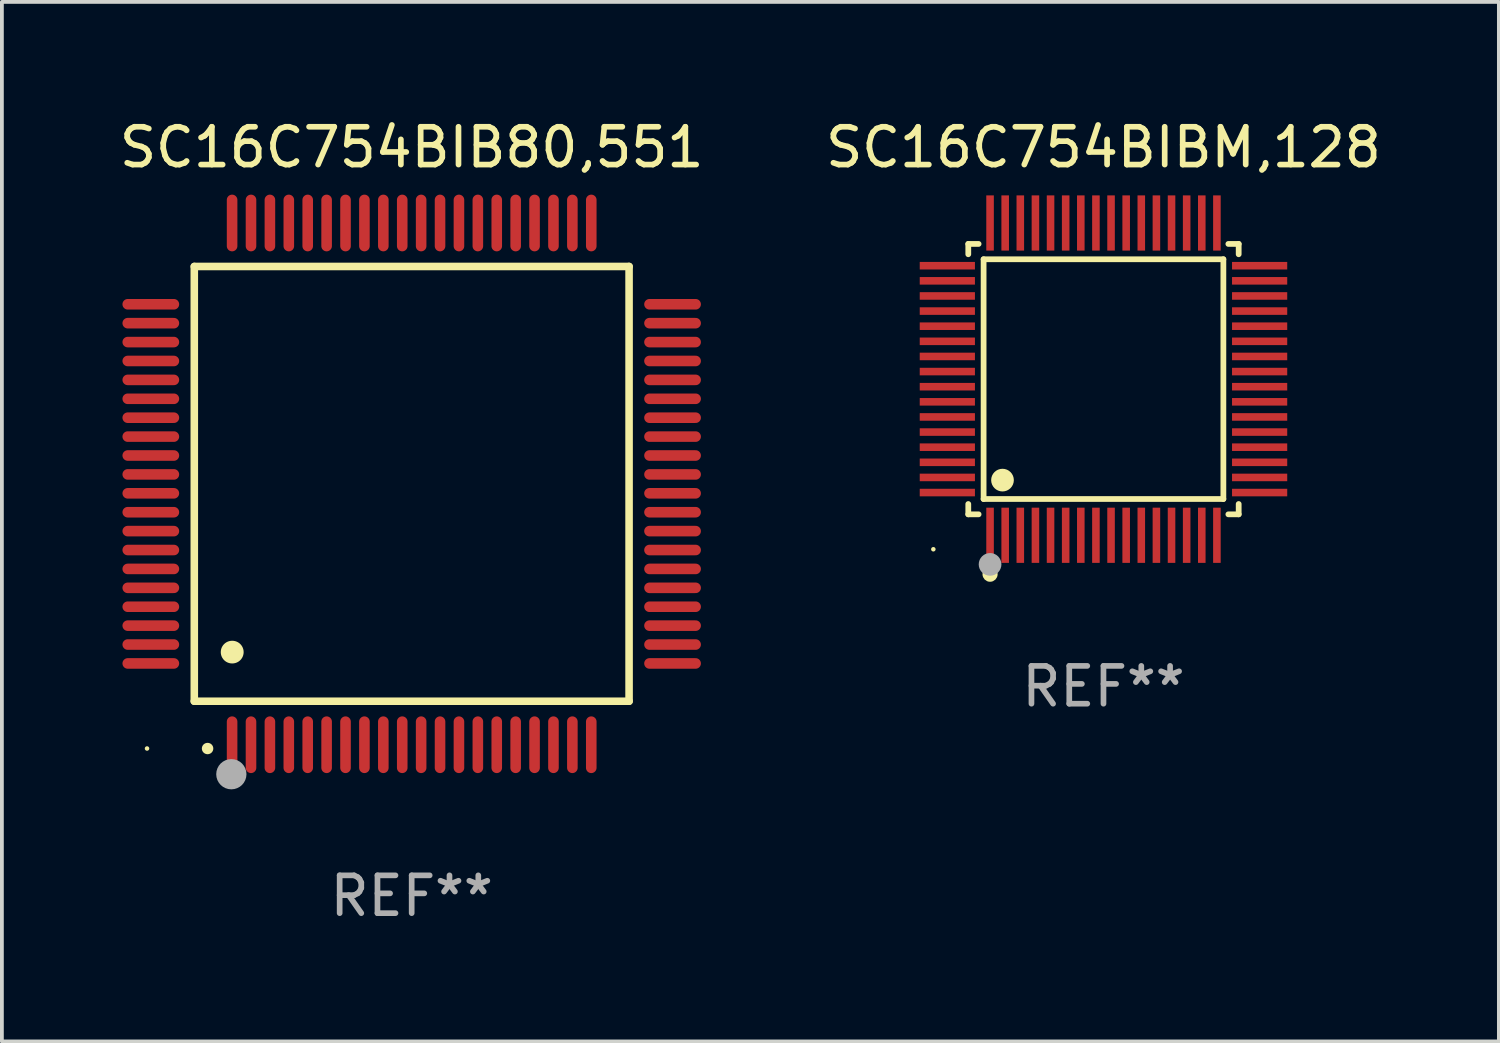
<source format=kicad_pcb>
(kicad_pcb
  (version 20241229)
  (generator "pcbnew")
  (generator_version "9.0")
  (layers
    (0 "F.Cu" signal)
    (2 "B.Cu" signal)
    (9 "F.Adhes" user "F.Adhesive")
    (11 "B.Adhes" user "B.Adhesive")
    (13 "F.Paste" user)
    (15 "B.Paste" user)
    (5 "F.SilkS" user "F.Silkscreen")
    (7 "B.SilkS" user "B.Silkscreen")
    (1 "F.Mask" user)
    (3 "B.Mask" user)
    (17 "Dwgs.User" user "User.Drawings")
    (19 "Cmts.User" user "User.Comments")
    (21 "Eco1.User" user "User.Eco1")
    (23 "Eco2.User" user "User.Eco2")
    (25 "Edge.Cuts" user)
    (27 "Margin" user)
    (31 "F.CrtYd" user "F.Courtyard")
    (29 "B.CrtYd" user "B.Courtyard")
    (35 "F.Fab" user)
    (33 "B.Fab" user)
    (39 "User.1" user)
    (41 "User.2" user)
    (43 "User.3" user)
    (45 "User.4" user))
  (footprint "SC16C754BIB80,551"
    (layer "F.Cu")
    (at 7.839 9.748)
    (property "Reference" "SC16C754BIB80,551" (at 0 -8.9 0) (layer "F.SilkS") (effects (font (size 1 1) (thickness 0.15))))
    (attr through_hole)
    (fp_line (start -5.75 -5.75) (end 5.75 -5.75) (stroke (width 0.2) (type solid)) (layer "F.SilkS"))
    (fp_line (start -5.75 5.75) (end -5.75 -5.75) (stroke (width 0.2) (type solid)) (layer "F.SilkS"))
    (fp_line (start 5.75 -5.75) (end 5.75 5.75) (stroke (width 0.2) (type solid)) (layer "F.SilkS"))
    (fp_line (start 5.75 5.75) (end -5.75 5.75) (stroke (width 0.2) (type solid)) (layer "F.SilkS"))
    (fp_arc (start -5.400051 7.000254) (mid -5.398781 7.000249) (end -5.397511 7.000254) (stroke (width 0.3) (type solid)) (layer "F.SilkS"))
    (fp_arc (start -4.749809 4.450089) (mid -4.747269 4.450078) (end -4.744729 4.450089) (stroke (width 0.6) (type solid)) (layer "F.SilkS"))
    (fp_circle (center -7 7) (end -6.97 7) (stroke (width 0.06) (type solid)) (fill no) (layer "F.SilkS"))
    (fp_circle (center -4.77 7.68) (end -4.57 7.68) (stroke (width 0.4) (type solid)) (fill no) (layer "F.Fab"))
    (fp_text user "REF**" (at 0 10.9 0) (layer "F.Fab") (effects (font (size 1 1) (thickness 0.15))))
    (pad "1" smd oval (at -4.75 6.9) (size 0.28 1.5) (layers "F.Cu" "F.Mask" "F.Paste"))
    (pad "2" smd oval (at -4.25 6.9) (size 0.28 1.5) (layers "F.Cu" "F.Mask" "F.Paste"))
    (pad "3" smd oval (at -3.75 6.9) (size 0.28 1.5) (layers "F.Cu" "F.Mask" "F.Paste"))
    (pad "4" smd oval (at -3.25 6.9) (size 0.28 1.5) (layers "F.Cu" "F.Mask" "F.Paste"))
    (pad "5" smd oval (at -2.75 6.9) (size 0.28 1.5) (layers "F.Cu" "F.Mask" "F.Paste"))
    (pad "6" smd oval (at -2.25 6.9) (size 0.28 1.5) (layers "F.Cu" "F.Mask" "F.Paste"))
    (pad "7" smd oval (at -1.75 6.9) (size 0.28 1.5) (layers "F.Cu" "F.Mask" "F.Paste"))
    (pad "8" smd oval (at -1.25 6.9) (size 0.28 1.5) (layers "F.Cu" "F.Mask" "F.Paste"))
    (pad "9" smd oval (at -0.75 6.9) (size 0.28 1.5) (layers "F.Cu" "F.Mask" "F.Paste"))
    (pad "10" smd oval (at -0.25 6.9) (size 0.28 1.5) (layers "F.Cu" "F.Mask" "F.Paste"))
    (pad "11" smd oval (at 0.25 6.9) (size 0.28 1.5) (layers "F.Cu" "F.Mask" "F.Paste"))
    (pad "12" smd oval (at 0.75 6.9) (size 0.28 1.5) (layers "F.Cu" "F.Mask" "F.Paste"))
    (pad "13" smd oval (at 1.25 6.9) (size 0.28 1.5) (layers "F.Cu" "F.Mask" "F.Paste"))
    (pad "14" smd oval (at 1.75 6.9) (size 0.28 1.5) (layers "F.Cu" "F.Mask" "F.Paste"))
    (pad "15" smd oval (at 2.25 6.9) (size 0.28 1.5) (layers "F.Cu" "F.Mask" "F.Paste"))
    (pad "16" smd oval (at 2.75 6.9) (size 0.28 1.5) (layers "F.Cu" "F.Mask" "F.Paste"))
    (pad "17" smd oval (at 3.25 6.9) (size 0.28 1.5) (layers "F.Cu" "F.Mask" "F.Paste"))
    (pad "18" smd oval (at 3.75 6.9) (size 0.28 1.5) (layers "F.Cu" "F.Mask" "F.Paste"))
    (pad "19" smd oval (at 4.25 6.9) (size 0.28 1.5) (layers "F.Cu" "F.Mask" "F.Paste"))
    (pad "20" smd oval (at 4.75 6.9) (size 0.28 1.5) (layers "F.Cu" "F.Mask" "F.Paste"))
    (pad "21" smd oval (at 6.9 4.75) (size 1.5 0.28) (layers "F.Cu" "F.Mask" "F.Paste"))
    (pad "22" smd oval (at 6.9 4.25) (size 1.5 0.28) (layers "F.Cu" "F.Mask" "F.Paste"))
    (pad "23" smd oval (at 6.9 3.75) (size 1.5 0.28) (layers "F.Cu" "F.Mask" "F.Paste"))
    (pad "24" smd oval (at 6.9 3.25) (size 1.5 0.28) (layers "F.Cu" "F.Mask" "F.Paste"))
    (pad "25" smd oval (at 6.9 2.75) (size 1.5 0.28) (layers "F.Cu" "F.Mask" "F.Paste"))
    (pad "26" smd oval (at 6.9 2.25) (size 1.5 0.28) (layers "F.Cu" "F.Mask" "F.Paste"))
    (pad "27" smd oval (at 6.9 1.75) (size 1.5 0.28) (layers "F.Cu" "F.Mask" "F.Paste"))
    (pad "28" smd oval (at 6.9 1.25) (size 1.5 0.28) (layers "F.Cu" "F.Mask" "F.Paste"))
    (pad "29" smd oval (at 6.9 0.75) (size 1.5 0.28) (layers "F.Cu" "F.Mask" "F.Paste"))
    (pad "30" smd oval (at 6.9 0.25) (size 1.5 0.28) (layers "F.Cu" "F.Mask" "F.Paste"))
    (pad "31" smd oval (at 6.9 -0.25) (size 1.5 0.28) (layers "F.Cu" "F.Mask" "F.Paste"))
    (pad "32" smd oval (at 6.9 -0.75) (size 1.5 0.28) (layers "F.Cu" "F.Mask" "F.Paste"))
    (pad "33" smd oval (at 6.9 -1.25) (size 1.5 0.28) (layers "F.Cu" "F.Mask" "F.Paste"))
    (pad "34" smd oval (at 6.9 -1.75) (size 1.5 0.28) (layers "F.Cu" "F.Mask" "F.Paste"))
    (pad "35" smd oval (at 6.9 -2.25) (size 1.5 0.28) (layers "F.Cu" "F.Mask" "F.Paste"))
    (pad "36" smd oval (at 6.9 -2.75) (size 1.5 0.28) (layers "F.Cu" "F.Mask" "F.Paste"))
    (pad "37" smd oval (at 6.9 -3.25) (size 1.5 0.28) (layers "F.Cu" "F.Mask" "F.Paste"))
    (pad "38" smd oval (at 6.9 -3.75) (size 1.5 0.28) (layers "F.Cu" "F.Mask" "F.Paste"))
    (pad "39" smd oval (at 6.9 -4.25) (size 1.5 0.28) (layers "F.Cu" "F.Mask" "F.Paste"))
    (pad "40" smd oval (at 6.9 -4.75) (size 1.5 0.28) (layers "F.Cu" "F.Mask" "F.Paste"))
    (pad "41" smd oval (at 4.75 -6.9) (size 0.28 1.5) (layers "F.Cu" "F.Mask" "F.Paste"))
    (pad "42" smd oval (at 4.25 -6.9) (size 0.28 1.5) (layers "F.Cu" "F.Mask" "F.Paste"))
    (pad "43" smd oval (at 3.75 -6.9) (size 0.28 1.5) (layers "F.Cu" "F.Mask" "F.Paste"))
    (pad "44" smd oval (at 3.25 -6.9) (size 0.28 1.5) (layers "F.Cu" "F.Mask" "F.Paste"))
    (pad "45" smd oval (at 2.75 -6.9) (size 0.28 1.5) (layers "F.Cu" "F.Mask" "F.Paste"))
    (pad "46" smd oval (at 2.25 -6.9) (size 0.28 1.5) (layers "F.Cu" "F.Mask" "F.Paste"))
    (pad "47" smd oval (at 1.75 -6.9) (size 0.28 1.5) (layers "F.Cu" "F.Mask" "F.Paste"))
    (pad "48" smd oval (at 1.25 -6.9) (size 0.28 1.5) (layers "F.Cu" "F.Mask" "F.Paste"))
    (pad "49" smd oval (at 0.75 -6.9) (size 0.28 1.5) (layers "F.Cu" "F.Mask" "F.Paste"))
    (pad "50" smd oval (at 0.25 -6.9) (size 0.28 1.5) (layers "F.Cu" "F.Mask" "F.Paste"))
    (pad "51" smd oval (at -0.25 -6.9) (size 0.28 1.5) (layers "F.Cu" "F.Mask" "F.Paste"))
    (pad "52" smd oval (at -0.75 -6.9) (size 0.28 1.5) (layers "F.Cu" "F.Mask" "F.Paste"))
    (pad "53" smd oval (at -1.25 -6.9) (size 0.28 1.5) (layers "F.Cu" "F.Mask" "F.Paste"))
    (pad "54" smd oval (at -1.75 -6.9) (size 0.28 1.5) (layers "F.Cu" "F.Mask" "F.Paste"))
    (pad "55" smd oval (at -2.25 -6.9) (size 0.28 1.5) (layers "F.Cu" "F.Mask" "F.Paste"))
    (pad "56" smd oval (at -2.75 -6.9) (size 0.28 1.5) (layers "F.Cu" "F.Mask" "F.Paste"))
    (pad "57" smd oval (at -3.25 -6.9) (size 0.28 1.5) (layers "F.Cu" "F.Mask" "F.Paste"))
    (pad "58" smd oval (at -3.75 -6.9) (size 0.28 1.5) (layers "F.Cu" "F.Mask" "F.Paste"))
    (pad "59" smd oval (at -4.25 -6.9) (size 0.28 1.5) (layers "F.Cu" "F.Mask" "F.Paste"))
    (pad "60" smd oval (at -4.75 -6.9) (size 0.28 1.5) (layers "F.Cu" "F.Mask" "F.Paste"))
    (pad "61" smd oval (at -6.9 -4.75) (size 1.5 0.28) (layers "F.Cu" "F.Mask" "F.Paste"))
    (pad "62" smd oval (at -6.9 -4.25) (size 1.5 0.28) (layers "F.Cu" "F.Mask" "F.Paste"))
    (pad "63" smd oval (at -6.9 -3.75) (size 1.5 0.28) (layers "F.Cu" "F.Mask" "F.Paste"))
    (pad "64" smd oval (at -6.9 -3.25) (size 1.5 0.28) (layers "F.Cu" "F.Mask" "F.Paste"))
    (pad "65" smd oval (at -6.9 -2.75) (size 1.5 0.28) (layers "F.Cu" "F.Mask" "F.Paste"))
    (pad "66" smd oval (at -6.9 -2.25) (size 1.5 0.28) (layers "F.Cu" "F.Mask" "F.Paste"))
    (pad "67" smd oval (at -6.9 -1.75) (size 1.5 0.28) (layers "F.Cu" "F.Mask" "F.Paste"))
    (pad "68" smd oval (at -6.9 -1.25) (size 1.5 0.28) (layers "F.Cu" "F.Mask" "F.Paste"))
    (pad "69" smd oval (at -6.9 -0.75) (size 1.5 0.28) (layers "F.Cu" "F.Mask" "F.Paste"))
    (pad "70" smd oval (at -6.9 -0.25) (size 1.5 0.28) (layers "F.Cu" "F.Mask" "F.Paste"))
    (pad "71" smd oval (at -6.9 0.25) (size 1.5 0.28) (layers "F.Cu" "F.Mask" "F.Paste"))
    (pad "72" smd oval (at -6.9 0.75) (size 1.5 0.28) (layers "F.Cu" "F.Mask" "F.Paste"))
    (pad "73" smd oval (at -6.9 1.25) (size 1.5 0.28) (layers "F.Cu" "F.Mask" "F.Paste"))
    (pad "74" smd oval (at -6.9 1.75) (size 1.5 0.28) (layers "F.Cu" "F.Mask" "F.Paste"))
    (pad "75" smd oval (at -6.9 2.25) (size 1.5 0.28) (layers "F.Cu" "F.Mask" "F.Paste"))
    (pad "76" smd oval (at -6.9 2.75) (size 1.5 0.28) (layers "F.Cu" "F.Mask" "F.Paste"))
    (pad "77" smd oval (at -6.9 3.25) (size 1.5 0.28) (layers "F.Cu" "F.Mask" "F.Paste"))
    (pad "78" smd oval (at -6.9 3.75) (size 1.5 0.28) (layers "F.Cu" "F.Mask" "F.Paste"))
    (pad "79" smd oval (at -6.9 4.25) (size 1.5 0.28) (layers "F.Cu" "F.Mask" "F.Paste"))
    (pad "80" smd oval (at -6.9 4.75) (size 1.5 0.28) (layers "F.Cu" "F.Mask" "F.Paste")))
  (footprint "SC16C754BIBM,128"
    (layer "F.Cu")
    (at 26.137 6.978)
    (property "Reference" "SC16C754BIBM,128" (at 0 -6.13 0) (layer "F.SilkS") (effects (font (size 1 1) (thickness 0.15))))
    (attr through_hole)
    (fp_line (start -3.576 -3.576) (end -3.303 -3.576) (stroke (width 0.152) (type solid)) (layer "F.SilkS"))
    (fp_line (start -3.576 -3.303) (end -3.576 -3.576) (stroke (width 0.152) (type solid)) (layer "F.SilkS"))
    (fp_line (start -3.576 3.303) (end -3.576 3.576) (stroke (width 0.152) (type solid)) (layer "F.SilkS"))
    (fp_line (start -3.576 3.576) (end -3.303 3.576) (stroke (width 0.152) (type solid)) (layer "F.SilkS"))
    (fp_line (start -3.171 -3.171) (end 3.171 -3.171) (stroke (width 0.152) (type solid)) (layer "F.SilkS"))
    (fp_line (start -3.171 3.171) (end -3.171 -3.171) (stroke (width 0.152) (type solid)) (layer "F.SilkS"))
    (fp_line (start 3.171 -3.171) (end 3.171 3.171) (stroke (width 0.152) (type solid)) (layer "F.SilkS"))
    (fp_line (start 3.171 3.171) (end -3.171 3.171) (stroke (width 0.152) (type solid)) (layer "F.SilkS"))
    (fp_line (start 3.576 -3.576) (end 3.303 -3.576) (stroke (width 0.152) (type solid)) (layer "F.SilkS"))
    (fp_line (start 3.576 -3.303) (end 3.576 -3.576) (stroke (width 0.152) (type solid)) (layer "F.SilkS"))
    (fp_line (start 3.576 3.303) (end 3.576 3.576) (stroke (width 0.152) (type solid)) (layer "F.SilkS"))
    (fp_line (start 3.576 3.576) (end 3.303 3.576) (stroke (width 0.152) (type solid)) (layer "F.SilkS"))
    (fp_circle (center -4.5 4.5) (end -4.47 4.5) (stroke (width 0.06) (type solid)) (fill no) (layer "F.SilkS"))
    (fp_circle (center -3 5.16) (end -2.9 5.16) (stroke (width 0.2) (type solid)) (fill no) (layer "F.SilkS"))
    (fp_circle (center -2.671 2.671) (end -2.521 2.671) (stroke (width 0.3) (type solid)) (fill no) (layer "F.SilkS"))
    (fp_circle (center -3 4.9) (end -2.85 4.9) (stroke (width 0.3) (type solid)) (fill no) (layer "F.Fab"))
    (fp_text user "REF**" (at 0 8.13 0) (layer "F.Fab") (effects (font (size 1 1) (thickness 0.15))))
    (pad "1" smd rect (at -3 4.13) (size 0.2 1.46) (layers "F.Cu" "F.Mask" "F.Paste"))
    (pad "2" smd rect (at -2.6 4.13) (size 0.2 1.46) (layers "F.Cu" "F.Mask" "F.Paste"))
    (pad "3" smd rect (at -2.2 4.13) (size 0.2 1.46) (layers "F.Cu" "F.Mask" "F.Paste"))
    (pad "4" smd rect (at -1.8 4.13) (size 0.2 1.46) (layers "F.Cu" "F.Mask" "F.Paste"))
    (pad "5" smd rect (at -1.4 4.13) (size 0.2 1.46) (layers "F.Cu" "F.Mask" "F.Paste"))
    (pad "6" smd rect (at -1 4.13) (size 0.2 1.46) (layers "F.Cu" "F.Mask" "F.Paste"))
    (pad "7" smd rect (at -0.6 4.13) (size 0.2 1.46) (layers "F.Cu" "F.Mask" "F.Paste"))
    (pad "8" smd rect (at -0.2 4.13) (size 0.2 1.46) (layers "F.Cu" "F.Mask" "F.Paste"))
    (pad "9" smd rect (at 0.2 4.13) (size 0.2 1.46) (layers "F.Cu" "F.Mask" "F.Paste"))
    (pad "10" smd rect (at 0.6 4.13) (size 0.2 1.46) (layers "F.Cu" "F.Mask" "F.Paste"))
    (pad "11" smd rect (at 1 4.13) (size 0.2 1.46) (layers "F.Cu" "F.Mask" "F.Paste"))
    (pad "12" smd rect (at 1.4 4.13) (size 0.2 1.46) (layers "F.Cu" "F.Mask" "F.Paste"))
    (pad "13" smd rect (at 1.8 4.13) (size 0.2 1.46) (layers "F.Cu" "F.Mask" "F.Paste"))
    (pad "14" smd rect (at 2.2 4.13) (size 0.2 1.46) (layers "F.Cu" "F.Mask" "F.Paste"))
    (pad "15" smd rect (at 2.6 4.13) (size 0.2 1.46) (layers "F.Cu" "F.Mask" "F.Paste"))
    (pad "16" smd rect (at 3 4.13) (size 0.2 1.46) (layers "F.Cu" "F.Mask" "F.Paste"))
    (pad "17" smd rect (at 4.13 3) (size 1.46 0.2) (layers "F.Cu" "F.Mask" "F.Paste"))
    (pad "18" smd rect (at 4.13 2.6) (size 1.46 0.2) (layers "F.Cu" "F.Mask" "F.Paste"))
    (pad "19" smd rect (at 4.13 2.2) (size 1.46 0.2) (layers "F.Cu" "F.Mask" "F.Paste"))
    (pad "20" smd rect (at 4.13 1.8) (size 1.46 0.2) (layers "F.Cu" "F.Mask" "F.Paste"))
    (pad "21" smd rect (at 4.13 1.4) (size 1.46 0.2) (layers "F.Cu" "F.Mask" "F.Paste"))
    (pad "22" smd rect (at 4.13 1) (size 1.46 0.2) (layers "F.Cu" "F.Mask" "F.Paste"))
    (pad "23" smd rect (at 4.13 0.6) (size 1.46 0.2) (layers "F.Cu" "F.Mask" "F.Paste"))
    (pad "24" smd rect (at 4.13 0.2) (size 1.46 0.2) (layers "F.Cu" "F.Mask" "F.Paste"))
    (pad "25" smd rect (at 4.13 -0.2) (size 1.46 0.2) (layers "F.Cu" "F.Mask" "F.Paste"))
    (pad "26" smd rect (at 4.13 -0.6) (size 1.46 0.2) (layers "F.Cu" "F.Mask" "F.Paste"))
    (pad "27" smd rect (at 4.13 -1) (size 1.46 0.2) (layers "F.Cu" "F.Mask" "F.Paste"))
    (pad "28" smd rect (at 4.13 -1.4) (size 1.46 0.2) (layers "F.Cu" "F.Mask" "F.Paste"))
    (pad "29" smd rect (at 4.13 -1.8) (size 1.46 0.2) (layers "F.Cu" "F.Mask" "F.Paste"))
    (pad "30" smd rect (at 4.13 -2.2) (size 1.46 0.2) (layers "F.Cu" "F.Mask" "F.Paste"))
    (pad "31" smd rect (at 4.13 -2.6) (size 1.46 0.2) (layers "F.Cu" "F.Mask" "F.Paste"))
    (pad "32" smd rect (at 4.13 -3) (size 1.46 0.2) (layers "F.Cu" "F.Mask" "F.Paste"))
    (pad "33" smd rect (at 3 -4.13) (size 0.2 1.46) (layers "F.Cu" "F.Mask" "F.Paste"))
    (pad "34" smd rect (at 2.6 -4.13) (size 0.2 1.46) (layers "F.Cu" "F.Mask" "F.Paste"))
    (pad "35" smd rect (at 2.2 -4.13) (size 0.2 1.46) (layers "F.Cu" "F.Mask" "F.Paste"))
    (pad "36" smd rect (at 1.8 -4.13) (size 0.2 1.46) (layers "F.Cu" "F.Mask" "F.Paste"))
    (pad "37" smd rect (at 1.4 -4.13) (size 0.2 1.46) (layers "F.Cu" "F.Mask" "F.Paste"))
    (pad "38" smd rect (at 1 -4.13) (size 0.2 1.46) (layers "F.Cu" "F.Mask" "F.Paste"))
    (pad "39" smd rect (at 0.6 -4.13) (size 0.2 1.46) (layers "F.Cu" "F.Mask" "F.Paste"))
    (pad "40" smd rect (at 0.2 -4.13) (size 0.2 1.46) (layers "F.Cu" "F.Mask" "F.Paste"))
    (pad "41" smd rect (at -0.2 -4.13) (size 0.2 1.46) (layers "F.Cu" "F.Mask" "F.Paste"))
    (pad "42" smd rect (at -0.6 -4.13) (size 0.2 1.46) (layers "F.Cu" "F.Mask" "F.Paste"))
    (pad "43" smd rect (at -1 -4.13) (size 0.2 1.46) (layers "F.Cu" "F.Mask" "F.Paste"))
    (pad "44" smd rect (at -1.4 -4.13) (size 0.2 1.46) (layers "F.Cu" "F.Mask" "F.Paste"))
    (pad "45" smd rect (at -1.8 -4.13) (size 0.2 1.46) (layers "F.Cu" "F.Mask" "F.Paste"))
    (pad "46" smd rect (at -2.2 -4.13) (size 0.2 1.46) (layers "F.Cu" "F.Mask" "F.Paste"))
    (pad "47" smd rect (at -2.6 -4.13) (size 0.2 1.46) (layers "F.Cu" "F.Mask" "F.Paste"))
    (pad "48" smd rect (at -3 -4.13) (size 0.2 1.46) (layers "F.Cu" "F.Mask" "F.Paste"))
    (pad "49" smd rect (at -4.13 -3) (size 1.46 0.2) (layers "F.Cu" "F.Mask" "F.Paste"))
    (pad "50" smd rect (at -4.13 -2.6) (size 1.46 0.2) (layers "F.Cu" "F.Mask" "F.Paste"))
    (pad "51" smd rect (at -4.13 -2.2) (size 1.46 0.2) (layers "F.Cu" "F.Mask" "F.Paste"))
    (pad "52" smd rect (at -4.13 -1.8) (size 1.46 0.2) (layers "F.Cu" "F.Mask" "F.Paste"))
    (pad "53" smd rect (at -4.13 -1.4) (size 1.46 0.2) (layers "F.Cu" "F.Mask" "F.Paste"))
    (pad "54" smd rect (at -4.13 -1) (size 1.46 0.2) (layers "F.Cu" "F.Mask" "F.Paste"))
    (pad "55" smd rect (at -4.13 -0.6) (size 1.46 0.2) (layers "F.Cu" "F.Mask" "F.Paste"))
    (pad "56" smd rect (at -4.13 -0.2) (size 1.46 0.2) (layers "F.Cu" "F.Mask" "F.Paste"))
    (pad "57" smd rect (at -4.13 0.2) (size 1.46 0.2) (layers "F.Cu" "F.Mask" "F.Paste"))
    (pad "58" smd rect (at -4.13 0.6) (size 1.46 0.2) (layers "F.Cu" "F.Mask" "F.Paste"))
    (pad "59" smd rect (at -4.13 1) (size 1.46 0.2) (layers "F.Cu" "F.Mask" "F.Paste"))
    (pad "60" smd rect (at -4.13 1.4) (size 1.46 0.2) (layers "F.Cu" "F.Mask" "F.Paste"))
    (pad "61" smd rect (at -4.13 1.8) (size 1.46 0.2) (layers "F.Cu" "F.Mask" "F.Paste"))
    (pad "62" smd rect (at -4.13 2.2) (size 1.46 0.2) (layers "F.Cu" "F.Mask" "F.Paste"))
    (pad "63" smd rect (at -4.13 2.6) (size 1.46 0.2) (layers "F.Cu" "F.Mask" "F.Paste"))
    (pad "64" smd rect (at -4.13 3) (size 1.46 0.2) (layers "F.Cu" "F.Mask" "F.Paste")))
  (gr_rect
    (start -3 -3)
    (end 36.595 24.496)
    (stroke (width 0.1) (type default))
    (fill no)
    (layer "Edge.Cuts")))
</source>
